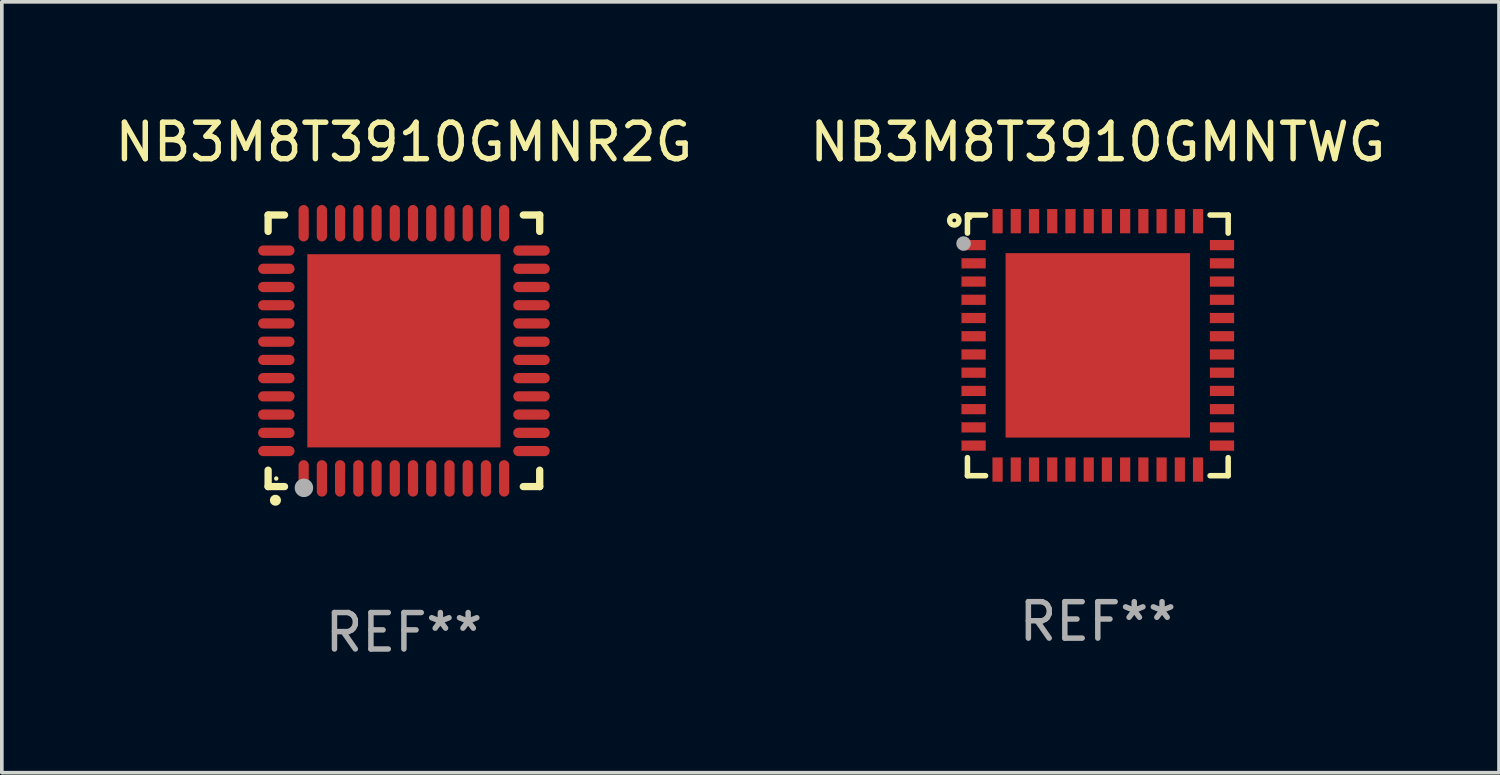
<source format=kicad_pcb>
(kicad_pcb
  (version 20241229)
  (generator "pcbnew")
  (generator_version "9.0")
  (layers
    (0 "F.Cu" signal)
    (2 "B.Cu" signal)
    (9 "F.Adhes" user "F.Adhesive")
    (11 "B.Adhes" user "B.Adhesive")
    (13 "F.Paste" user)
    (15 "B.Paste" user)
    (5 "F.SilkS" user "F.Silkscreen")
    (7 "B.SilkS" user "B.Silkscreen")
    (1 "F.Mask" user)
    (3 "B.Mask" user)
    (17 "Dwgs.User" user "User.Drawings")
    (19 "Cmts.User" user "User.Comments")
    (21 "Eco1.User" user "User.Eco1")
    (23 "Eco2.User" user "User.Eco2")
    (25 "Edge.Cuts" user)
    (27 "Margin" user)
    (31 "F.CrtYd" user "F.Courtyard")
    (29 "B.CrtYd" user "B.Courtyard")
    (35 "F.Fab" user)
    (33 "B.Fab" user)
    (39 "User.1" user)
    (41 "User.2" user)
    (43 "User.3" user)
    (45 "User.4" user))
  (footprint "NB3M8T3910GMNR2G"
    (layer "F.Cu")
    (at 8.03 6.573)
    (property "Reference" "NB3M8T3910GMNR2G" (at 0 -5.725 0) (layer "F.SilkS") (effects (font (size 1 1) (thickness 0.15))))
    (attr through_hole)
    (fp_line (start -3.725 -3.725) (end -3.275 -3.725) (stroke (width 0.2) (type solid)) (layer "F.SilkS"))
    (fp_line (start -3.725 -3.275) (end -3.725 -3.725) (stroke (width 0.2) (type solid)) (layer "F.SilkS"))
    (fp_line (start -3.725 3.725) (end -3.725 3.275) (stroke (width 0.2) (type solid)) (layer "F.SilkS"))
    (fp_line (start -3.275 3.725) (end -3.725 3.725) (stroke (width 0.2) (type solid)) (layer "F.SilkS"))
    (fp_line (start 3.275 3.725) (end 3.725 3.725) (stroke (width 0.2) (type solid)) (layer "F.SilkS"))
    (fp_line (start 3.725 -3.725) (end 3.275 -3.725) (stroke (width 0.2) (type solid)) (layer "F.SilkS"))
    (fp_line (start 3.725 -3.275) (end 3.725 -3.725) (stroke (width 0.2) (type solid)) (layer "F.SilkS"))
    (fp_line (start 3.725 3.725) (end 3.725 3.275) (stroke (width 0.2) (type solid)) (layer "F.SilkS"))
    (fp_arc (start -3.525527 4.099568) (mid -3.524257 4.099563) (end -3.522987 4.099568) (stroke (width 0.3) (type solid)) (layer "F.SilkS"))
    (fp_circle (center -3.502 3.504) (end -3.472 3.504) (stroke (width 0.06) (type solid)) (fill no) (layer "F.SilkS"))
    (fp_circle (center -2.743 3.759) (end -2.616 3.759) (stroke (width 0.254) (type solid)) (fill no) (layer "F.Fab"))
    (fp_text user "REF**" (at 0 7.725 0) (layer "F.Fab") (effects (font (size 1 1) (thickness 0.15))))
    (pad "1" smd oval (at -2.75 3.5) (size 0.28 1) (layers "F.Cu" "F.Mask" "F.Paste"))
    (pad "2" smd oval (at -2.25 3.5) (size 0.28 1) (layers "F.Cu" "F.Mask" "F.Paste"))
    (pad "3" smd oval (at -1.75 3.5) (size 0.28 1) (layers "F.Cu" "F.Mask" "F.Paste"))
    (pad "4" smd oval (at -1.25 3.5) (size 0.28 1) (layers "F.Cu" "F.Mask" "F.Paste"))
    (pad "5" smd oval (at -0.75 3.5) (size 0.28 1) (layers "F.Cu" "F.Mask" "F.Paste"))
    (pad "6" smd oval (at -0.25 3.5) (size 0.28 1) (layers "F.Cu" "F.Mask" "F.Paste"))
    (pad "7" smd oval (at 0.25 3.5) (size 0.28 1) (layers "F.Cu" "F.Mask" "F.Paste"))
    (pad "8" smd oval (at 0.75 3.5) (size 0.28 1) (layers "F.Cu" "F.Mask" "F.Paste"))
    (pad "9" smd oval (at 1.25 3.5) (size 0.28 1) (layers "F.Cu" "F.Mask" "F.Paste"))
    (pad "10" smd oval (at 1.75 3.5) (size 0.28 1) (layers "F.Cu" "F.Mask" "F.Paste"))
    (pad "11" smd oval (at 2.25 3.5) (size 0.28 1) (layers "F.Cu" "F.Mask" "F.Paste"))
    (pad "12" smd oval (at 2.75 3.5) (size 0.28 1) (layers "F.Cu" "F.Mask" "F.Paste"))
    (pad "13" smd oval (at 3.5 2.75) (size 1 0.28) (layers "F.Cu" "F.Mask" "F.Paste"))
    (pad "14" smd oval (at 3.5 2.25) (size 1 0.28) (layers "F.Cu" "F.Mask" "F.Paste"))
    (pad "15" smd oval (at 3.5 1.75) (size 1 0.28) (layers "F.Cu" "F.Mask" "F.Paste"))
    (pad "16" smd oval (at 3.5 1.25) (size 1 0.28) (layers "F.Cu" "F.Mask" "F.Paste"))
    (pad "17" smd oval (at 3.5 0.75) (size 1 0.28) (layers "F.Cu" "F.Mask" "F.Paste"))
    (pad "18" smd oval (at 3.5 0.25) (size 1 0.28) (layers "F.Cu" "F.Mask" "F.Paste"))
    (pad "19" smd oval (at 3.5 -0.25) (size 1 0.28) (layers "F.Cu" "F.Mask" "F.Paste"))
    (pad "20" smd oval (at 3.5 -0.75) (size 1 0.28) (layers "F.Cu" "F.Mask" "F.Paste"))
    (pad "21" smd oval (at 3.5 -1.25) (size 1 0.28) (layers "F.Cu" "F.Mask" "F.Paste"))
    (pad "22" smd oval (at 3.5 -1.75) (size 1 0.28) (layers "F.Cu" "F.Mask" "F.Paste"))
    (pad "23" smd oval (at 3.5 -2.25) (size 1 0.28) (layers "F.Cu" "F.Mask" "F.Paste"))
    (pad "24" smd oval (at 3.5 -2.75) (size 1 0.28) (layers "F.Cu" "F.Mask" "F.Paste"))
    (pad "25" smd oval (at 2.75 -3.5) (size 0.28 1) (layers "F.Cu" "F.Mask" "F.Paste"))
    (pad "26" smd oval (at 2.25 -3.5) (size 0.28 1) (layers "F.Cu" "F.Mask" "F.Paste"))
    (pad "27" smd oval (at 1.75 -3.5) (size 0.28 1) (layers "F.Cu" "F.Mask" "F.Paste"))
    (pad "28" smd oval (at 1.25 -3.5) (size 0.28 1) (layers "F.Cu" "F.Mask" "F.Paste"))
    (pad "29" smd oval (at 0.75 -3.5) (size 0.28 1) (layers "F.Cu" "F.Mask" "F.Paste"))
    (pad "30" smd oval (at 0.25 -3.5) (size 0.28 1) (layers "F.Cu" "F.Mask" "F.Paste"))
    (pad "31" smd oval (at -0.25 -3.5) (size 0.28 1) (layers "F.Cu" "F.Mask" "F.Paste"))
    (pad "32" smd oval (at -0.75 -3.5) (size 0.28 1) (layers "F.Cu" "F.Mask" "F.Paste"))
    (pad "33" smd oval (at -1.25 -3.5) (size 0.28 1) (layers "F.Cu" "F.Mask" "F.Paste"))
    (pad "34" smd oval (at -1.75 -3.5) (size 0.28 1) (layers "F.Cu" "F.Mask" "F.Paste"))
    (pad "35" smd oval (at -2.25 -3.5) (size 0.28 1) (layers "F.Cu" "F.Mask" "F.Paste"))
    (pad "36" smd oval (at -2.75 -3.5) (size 0.28 1) (layers "F.Cu" "F.Mask" "F.Paste"))
    (pad "37" smd oval (at -3.5 -2.75) (size 1 0.28) (layers "F.Cu" "F.Mask" "F.Paste"))
    (pad "38" smd oval (at -3.5 -2.25) (size 1 0.28) (layers "F.Cu" "F.Mask" "F.Paste"))
    (pad "39" smd oval (at -3.5 -1.75) (size 1 0.28) (layers "F.Cu" "F.Mask" "F.Paste"))
    (pad "40" smd oval (at -3.5 -1.25) (size 1 0.28) (layers "F.Cu" "F.Mask" "F.Paste"))
    (pad "41" smd oval (at -3.5 -0.75) (size 1 0.28) (layers "F.Cu" "F.Mask" "F.Paste"))
    (pad "42" smd oval (at -3.5 -0.25) (size 1 0.28) (layers "F.Cu" "F.Mask" "F.Paste"))
    (pad "43" smd oval (at -3.5 0.25) (size 1 0.28) (layers "F.Cu" "F.Mask" "F.Paste"))
    (pad "44" smd oval (at -3.5 0.75) (size 1 0.28) (layers "F.Cu" "F.Mask" "F.Paste"))
    (pad "45" smd oval (at -3.5 1.25) (size 1 0.28) (layers "F.Cu" "F.Mask" "F.Paste"))
    (pad "46" smd oval (at -3.5 1.75) (size 1 0.28) (layers "F.Cu" "F.Mask" "F.Paste"))
    (pad "47" smd oval (at -3.5 2.25) (size 1 0.28) (layers "F.Cu" "F.Mask" "F.Paste"))
    (pad "48" smd oval (at -3.5 2.75) (size 1 0.28) (layers "F.Cu" "F.Mask" "F.Paste"))
    (pad "49" smd rect (at 0 0) (size 5.3 5.3) (layers "F.Cu" "F.Mask" "F.Paste")))
  (footprint "NB3M8T3910GMNTWG"
    (layer "F.Cu")
    (at 27.065 6.424)
    (property "Reference" "NB3M8T3910GMNTWG" (at 0 -5.576 0) (layer "F.SilkS") (effects (font (size 1 1) (thickness 0.15))))
    (attr through_hole)
    (fp_line (start -3.576 -3.576) (end -3.576 -3.08) (stroke (width 0.152) (type solid)) (layer "F.SilkS"))
    (fp_line (start -3.576 3.576) (end -3.576 3.08) (stroke (width 0.152) (type solid)) (layer "F.SilkS"))
    (fp_line (start -3.08 -3.576) (end -3.576 -3.576) (stroke (width 0.152) (type solid)) (layer "F.SilkS"))
    (fp_line (start -3.08 3.576) (end -3.576 3.576) (stroke (width 0.152) (type solid)) (layer "F.SilkS"))
    (fp_line (start 3.08 -3.576) (end 3.576 -3.576) (stroke (width 0.152) (type solid)) (layer "F.SilkS"))
    (fp_line (start 3.08 3.576) (end 3.576 3.576) (stroke (width 0.152) (type solid)) (layer "F.SilkS"))
    (fp_line (start 3.576 -3.576) (end 3.576 -3.08) (stroke (width 0.152) (type solid)) (layer "F.SilkS"))
    (fp_line (start 3.576 3.576) (end 3.576 3.08) (stroke (width 0.152) (type solid)) (layer "F.SilkS"))
    (fp_circle (center -3.937 -3.429) (end -3.81 -3.429) (stroke (width 0.15) (type solid)) (fill no) (layer "F.SilkS"))
    (fp_circle (center -3.5 -3.5) (end -3.47 -3.5) (stroke (width 0.06) (type solid)) (fill no) (layer "F.SilkS"))
    (fp_circle (center -3.683 -2.794) (end -3.583 -2.794) (stroke (width 0.2) (type solid)) (fill no) (layer "F.Fab"))
    (fp_text user "REF**" (at 0 7.576 0) (layer "F.Fab") (effects (font (size 1 1) (thickness 0.15))))
    (pad "1" smd rect (at -3.407 -2.75) (size 0.665 0.28) (layers "F.Cu" "F.Mask" "F.Paste"))
    (pad "2" smd rect (at -3.407 -2.25) (size 0.665 0.28) (layers "F.Cu" "F.Mask" "F.Paste"))
    (pad "3" smd rect (at -3.407 -1.75) (size 0.665 0.28) (layers "F.Cu" "F.Mask" "F.Paste"))
    (pad "4" smd rect (at -3.407 -1.25) (size 0.665 0.28) (layers "F.Cu" "F.Mask" "F.Paste"))
    (pad "5" smd rect (at -3.407 -0.75) (size 0.665 0.28) (layers "F.Cu" "F.Mask" "F.Paste"))
    (pad "6" smd rect (at -3.407 -0.25) (size 0.665 0.28) (layers "F.Cu" "F.Mask" "F.Paste"))
    (pad "7" smd rect (at -3.407 0.25) (size 0.665 0.28) (layers "F.Cu" "F.Mask" "F.Paste"))
    (pad "8" smd rect (at -3.407 0.75) (size 0.665 0.28) (layers "F.Cu" "F.Mask" "F.Paste"))
    (pad "9" smd rect (at -3.407 1.25) (size 0.665 0.28) (layers "F.Cu" "F.Mask" "F.Paste"))
    (pad "10" smd rect (at -3.407 1.75) (size 0.665 0.28) (layers "F.Cu" "F.Mask" "F.Paste"))
    (pad "11" smd rect (at -3.407 2.25) (size 0.665 0.28) (layers "F.Cu" "F.Mask" "F.Paste"))
    (pad "12" smd rect (at -3.407 2.75) (size 0.665 0.28) (layers "F.Cu" "F.Mask" "F.Paste"))
    (pad "13" smd rect (at -2.75 3.407) (size 0.28 0.665) (layers "F.Cu" "F.Mask" "F.Paste"))
    (pad "14" smd rect (at -2.25 3.407) (size 0.28 0.665) (layers "F.Cu" "F.Mask" "F.Paste"))
    (pad "15" smd rect (at -1.75 3.407) (size 0.28 0.665) (layers "F.Cu" "F.Mask" "F.Paste"))
    (pad "16" smd rect (at -1.25 3.407) (size 0.28 0.665) (layers "F.Cu" "F.Mask" "F.Paste"))
    (pad "17" smd rect (at -0.75 3.407) (size 0.28 0.665) (layers "F.Cu" "F.Mask" "F.Paste"))
    (pad "18" smd rect (at -0.25 3.407) (size 0.28 0.665) (layers "F.Cu" "F.Mask" "F.Paste"))
    (pad "19" smd rect (at 0.25 3.407) (size 0.28 0.665) (layers "F.Cu" "F.Mask" "F.Paste"))
    (pad "20" smd rect (at 0.75 3.407) (size 0.28 0.665) (layers "F.Cu" "F.Mask" "F.Paste"))
    (pad "21" smd rect (at 1.25 3.407) (size 0.28 0.665) (layers "F.Cu" "F.Mask" "F.Paste"))
    (pad "22" smd rect (at 1.75 3.407) (size 0.28 0.665) (layers "F.Cu" "F.Mask" "F.Paste"))
    (pad "23" smd rect (at 2.25 3.407) (size 0.28 0.665) (layers "F.Cu" "F.Mask" "F.Paste"))
    (pad "24" smd rect (at 2.75 3.407) (size 0.28 0.665) (layers "F.Cu" "F.Mask" "F.Paste"))
    (pad "25" smd rect (at 3.407 2.75) (size 0.665 0.28) (layers "F.Cu" "F.Mask" "F.Paste"))
    (pad "26" smd rect (at 3.407 2.25) (size 0.665 0.28) (layers "F.Cu" "F.Mask" "F.Paste"))
    (pad "27" smd rect (at 3.407 1.75) (size 0.665 0.28) (layers "F.Cu" "F.Mask" "F.Paste"))
    (pad "28" smd rect (at 3.407 1.25) (size 0.665 0.28) (layers "F.Cu" "F.Mask" "F.Paste"))
    (pad "29" smd rect (at 3.407 0.75) (size 0.665 0.28) (layers "F.Cu" "F.Mask" "F.Paste"))
    (pad "30" smd rect (at 3.407 0.25) (size 0.665 0.28) (layers "F.Cu" "F.Mask" "F.Paste"))
    (pad "31" smd rect (at 3.407 -0.25) (size 0.665 0.28) (layers "F.Cu" "F.Mask" "F.Paste"))
    (pad "32" smd rect (at 3.407 -0.75) (size 0.665 0.28) (layers "F.Cu" "F.Mask" "F.Paste"))
    (pad "33" smd rect (at 3.407 -1.25) (size 0.665 0.28) (layers "F.Cu" "F.Mask" "F.Paste"))
    (pad "34" smd rect (at 3.407 -1.75) (size 0.665 0.28) (layers "F.Cu" "F.Mask" "F.Paste"))
    (pad "35" smd rect (at 3.407 -2.25) (size 0.665 0.28) (layers "F.Cu" "F.Mask" "F.Paste"))
    (pad "36" smd rect (at 3.407 -2.75) (size 0.665 0.28) (layers "F.Cu" "F.Mask" "F.Paste"))
    (pad "37" smd rect (at 2.75 -3.407) (size 0.28 0.665) (layers "F.Cu" "F.Mask" "F.Paste"))
    (pad "38" smd rect (at 2.25 -3.407) (size 0.28 0.665) (layers "F.Cu" "F.Mask" "F.Paste"))
    (pad "39" smd rect (at 1.75 -3.407) (size 0.28 0.665) (layers "F.Cu" "F.Mask" "F.Paste"))
    (pad "40" smd rect (at 1.25 -3.407) (size 0.28 0.665) (layers "F.Cu" "F.Mask" "F.Paste"))
    (pad "41" smd rect (at 0.75 -3.407) (size 0.28 0.665) (layers "F.Cu" "F.Mask" "F.Paste"))
    (pad "42" smd rect (at 0.25 -3.407) (size 0.28 0.665) (layers "F.Cu" "F.Mask" "F.Paste"))
    (pad "43" smd rect (at -0.25 -3.407) (size 0.28 0.665) (layers "F.Cu" "F.Mask" "F.Paste"))
    (pad "44" smd rect (at -0.75 -3.407) (size 0.28 0.665) (layers "F.Cu" "F.Mask" "F.Paste"))
    (pad "45" smd rect (at -1.25 -3.407) (size 0.28 0.665) (layers "F.Cu" "F.Mask" "F.Paste"))
    (pad "46" smd rect (at -1.75 -3.407) (size 0.28 0.665) (layers "F.Cu" "F.Mask" "F.Paste"))
    (pad "47" smd rect (at -2.25 -3.407) (size 0.28 0.665) (layers "F.Cu" "F.Mask" "F.Paste"))
    (pad "48" smd rect (at -2.75 -3.407) (size 0.28 0.665) (layers "F.Cu" "F.Mask" "F.Paste"))
    (pad "49" smd rect (at 0 0) (size 5.06 5.06) (layers "F.Cu" "F.Mask" "F.Paste")))
  (gr_rect
    (start -3 -3)
    (end 38.071 18.146)
    (stroke (width 0.1) (type default))
    (fill no)
    (layer "Edge.Cuts")))
</source>
